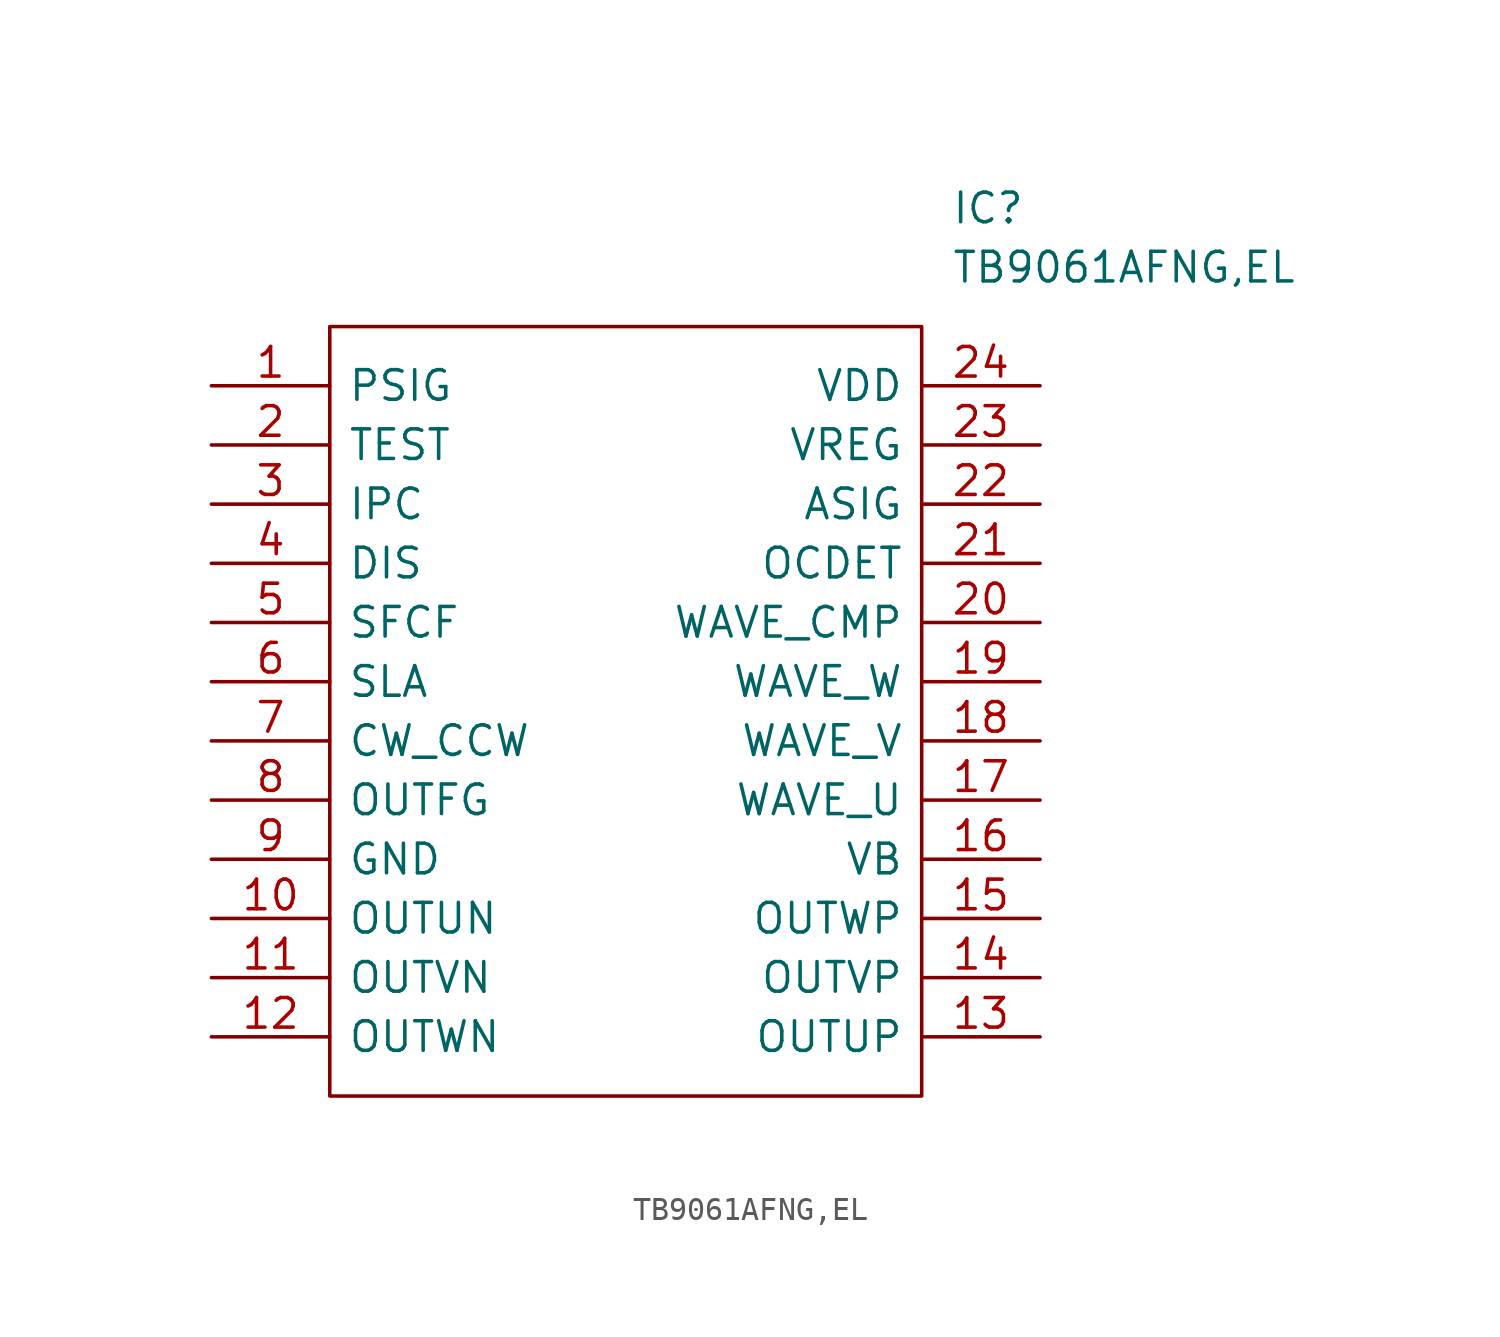
<source format=kicad_sym>
(kicad_symbol_lib
  (version 20211014)
  (generator kicad_symbol_editor)
  (symbol "TB9061AFNG,EL"
    (pin_names
      (offset 0.762))
    (property "Reference" "IC"
      (at 31.75 7.62 0)
      (effects (font (size 1.27 1.27)) (justify left)))
    (property "Value" "TB9061AFNG,EL"
      (at 31.75 5.08 0)
      (effects (font (size 1.27 1.27)) (justify left)))
    (symbol "TB9061AFNG,EL_0_0"
      (pin passive line (at 0 0 0) (length 5.08) (name "PSIG" (effects (font (size 1.27 1.27)))) (number "1" (effects (font (size 1.27 1.27)))))
      (pin passive line (at 0 -22.86 0) (length 5.08) (name "OUTUN" (effects (font (size 1.27 1.27)))) (number "10" (effects (font (size 1.27 1.27)))))
      (pin passive line (at 0 -25.4 0) (length 5.08) (name "OUTVN" (effects (font (size 1.27 1.27)))) (number "11" (effects (font (size 1.27 1.27)))))
      (pin passive line (at 0 -27.94 0) (length 5.08) (name "OUTWN" (effects (font (size 1.27 1.27)))) (number "12" (effects (font (size 1.27 1.27)))))
      (pin passive line (at 35.56 -27.94 180) (length 5.08) (name "OUTUP" (effects (font (size 1.27 1.27)))) (number "13" (effects (font (size 1.27 1.27)))))
      (pin passive line (at 35.56 -25.4 180) (length 5.08) (name "OUTVP" (effects (font (size 1.27 1.27)))) (number "14" (effects (font (size 1.27 1.27)))))
      (pin passive line (at 35.56 -22.86 180) (length 5.08) (name "OUTWP" (effects (font (size 1.27 1.27)))) (number "15" (effects (font (size 1.27 1.27)))))
      (pin passive line (at 35.56 -20.32 180) (length 5.08) (name "VB" (effects (font (size 1.27 1.27)))) (number "16" (effects (font (size 1.27 1.27)))))
      (pin passive line (at 35.56 -17.78 180) (length 5.08) (name "WAVE_U" (effects (font (size 1.27 1.27)))) (number "17" (effects (font (size 1.27 1.27)))))
      (pin passive line (at 35.56 -15.24 180) (length 5.08) (name "WAVE_V" (effects (font (size 1.27 1.27)))) (number "18" (effects (font (size 1.27 1.27)))))
      (pin passive line (at 35.56 -12.7 180) (length 5.08) (name "WAVE_W" (effects (font (size 1.27 1.27)))) (number "19" (effects (font (size 1.27 1.27)))))
      (pin passive line (at 0 -2.54 0) (length 5.08) (name "TEST" (effects (font (size 1.27 1.27)))) (number "2" (effects (font (size 1.27 1.27)))))
      (pin passive line (at 35.56 -10.16 180) (length 5.08) (name "WAVE_CMP" (effects (font (size 1.27 1.27)))) (number "20" (effects (font (size 1.27 1.27)))))
      (pin passive line (at 35.56 -7.62 180) (length 5.08) (name "OCDET" (effects (font (size 1.27 1.27)))) (number "21" (effects (font (size 1.27 1.27)))))
      (pin passive line (at 35.56 -5.08 180) (length 5.08) (name "ASIG" (effects (font (size 1.27 1.27)))) (number "22" (effects (font (size 1.27 1.27)))))
      (pin passive line (at 35.56 -2.54 180) (length 5.08) (name "VREG" (effects (font (size 1.27 1.27)))) (number "23" (effects (font (size 1.27 1.27)))))
      (pin passive line (at 35.56 0 180) (length 5.08) (name "VDD" (effects (font (size 1.27 1.27)))) (number "24" (effects (font (size 1.27 1.27)))))
      (pin passive line (at 0 -5.08 0) (length 5.08) (name "IPC" (effects (font (size 1.27 1.27)))) (number "3" (effects (font (size 1.27 1.27)))))
      (pin passive line (at 0 -7.62 0) (length 5.08) (name "DIS" (effects (font (size 1.27 1.27)))) (number "4" (effects (font (size 1.27 1.27)))))
      (pin passive line (at 0 -10.16 0) (length 5.08) (name "SFCF" (effects (font (size 1.27 1.27)))) (number "5" (effects (font (size 1.27 1.27)))))
      (pin passive line (at 0 -12.7 0) (length 5.08) (name "SLA" (effects (font (size 1.27 1.27)))) (number "6" (effects (font (size 1.27 1.27)))))
      (pin passive line (at 0 -15.24 0) (length 5.08) (name "CW_CCW" (effects (font (size 1.27 1.27)))) (number "7" (effects (font (size 1.27 1.27)))))
      (pin passive line (at 0 -17.78 0) (length 5.08) (name "OUTFG" (effects (font (size 1.27 1.27)))) (number "8" (effects (font (size 1.27 1.27)))))
      (pin passive line (at 0 -20.32 0) (length 5.08) (name "GND" (effects (font (size 1.27 1.27)))) (number "9" (effects (font (size 1.27 1.27))))))
    (symbol "TB9061AFNG,EL_0_1"
      (polyline (pts (xy 5.08 2.54) (xy 30.48 2.54) (xy 30.48 -30.48) (xy 5.08 -30.48) (xy 5.08 2.54)) (stroke (width 0.152) (type default) (color 0 0 0 0)) (fill (type none))))))
</source>
